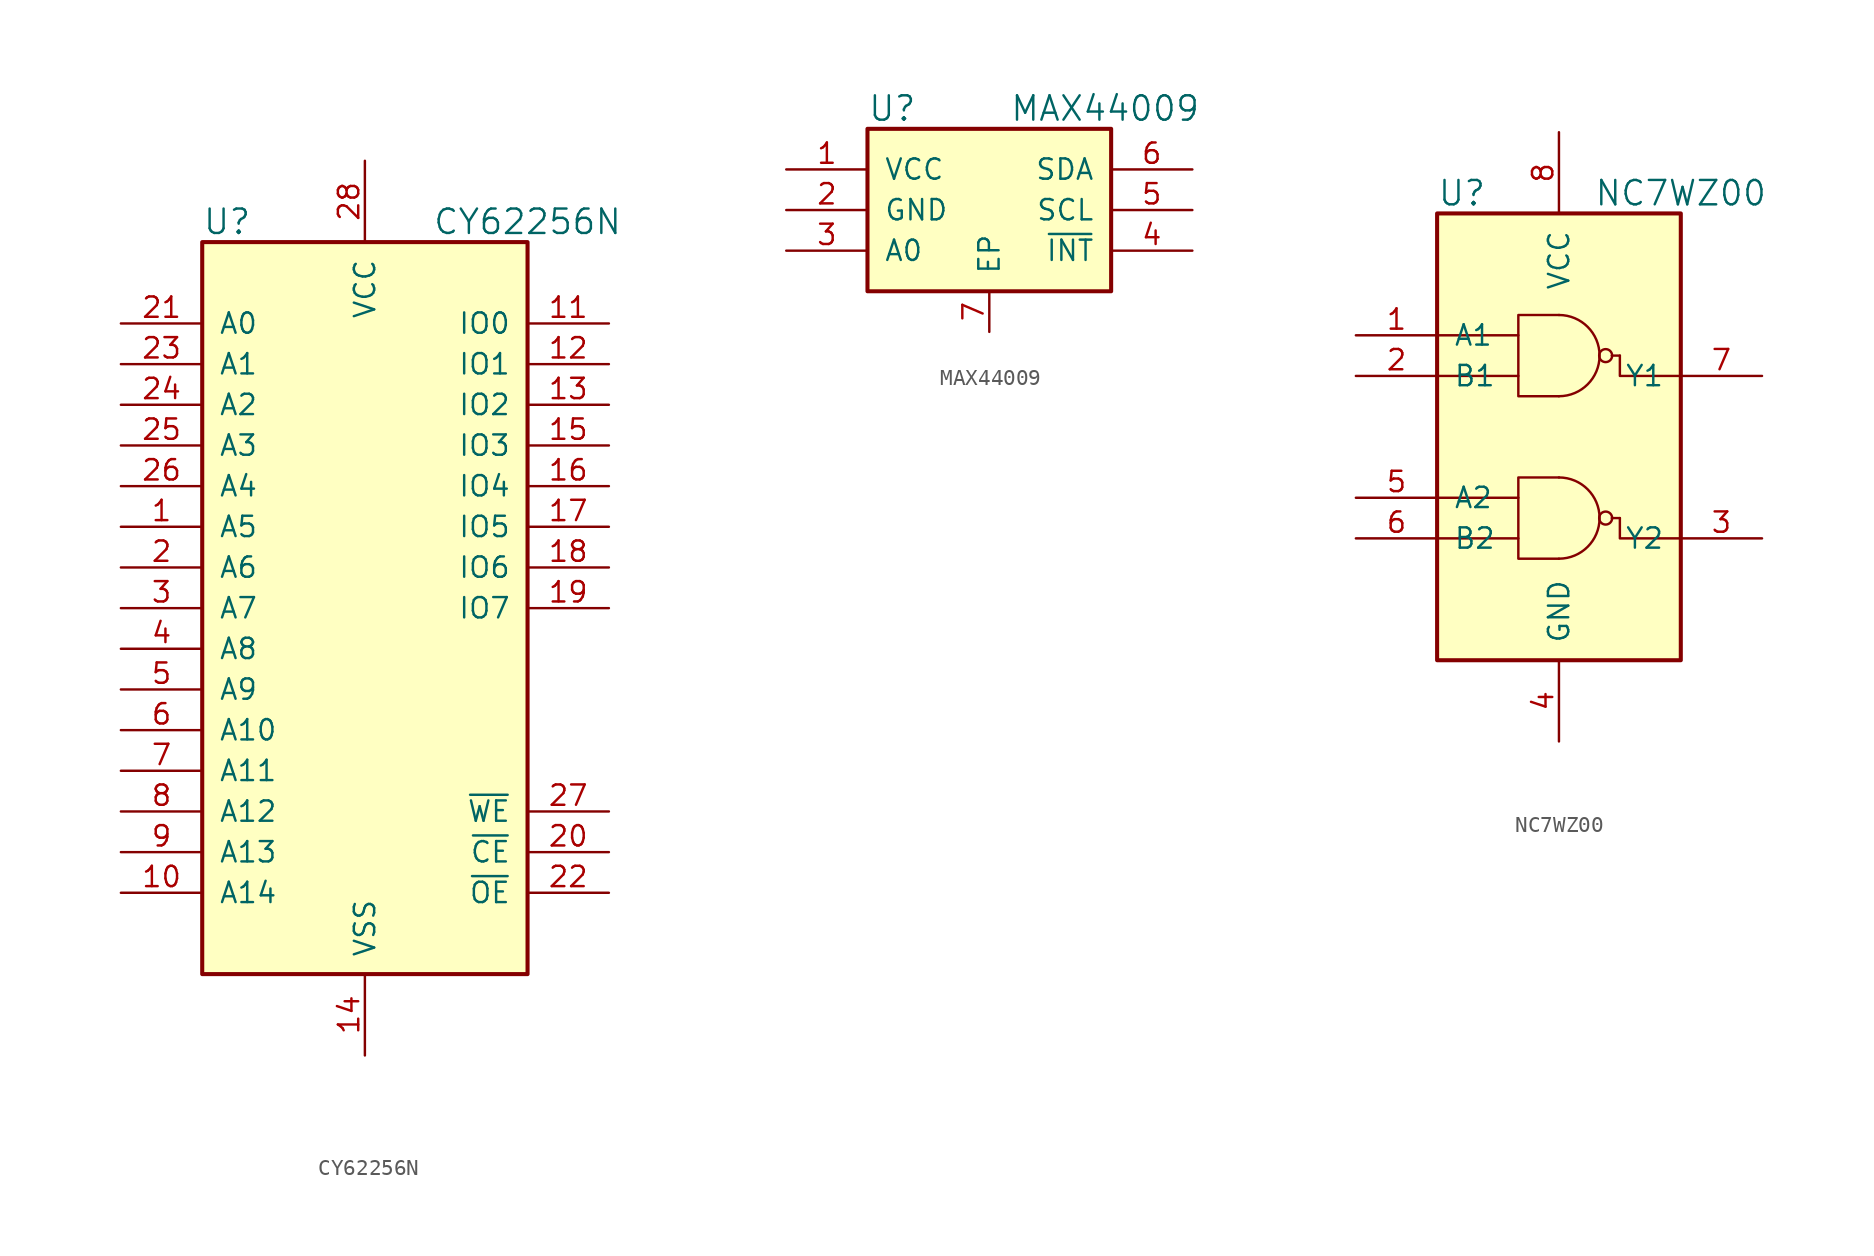
<source format=kicad_sym>
(kicad_symbol_lib
  (version 20211014)
  (generator kicad_symbol_editor)
  (symbol "CY62256N"
    (pin_names
      (offset 1.016))
    (property "Reference" "U"
      (at -10.16 24.13 0)
      (effects (font (size 1.524 1.524)) (justify left)))
    (property "Value" "CY62256N"
      (at 10.16 24.13 0)
      (effects (font (size 1.524 1.524))))
    (symbol "CY62256N_1_1"
      (rectangle (start -10.16 22.86) (end 10.16 -22.86) (stroke (width 0.254) (type default) (color 0 0 0 0)) (fill (type background)))
      (pin input line (at -15.24 5.08 0) (length 5.08) (name "A5" (effects (font (size 1.27 1.27)))) (number "1" (effects (font (size 1.27 1.27)))))
      (pin input line (at -15.24 -17.78 0) (length 5.08) (name "A14" (effects (font (size 1.27 1.27)))) (number "10" (effects (font (size 1.27 1.27)))))
      (pin bidirectional line (at 15.24 17.78 180) (length 5.08) (name "IO0" (effects (font (size 1.27 1.27)))) (number "11" (effects (font (size 1.27 1.27)))))
      (pin bidirectional line (at 15.24 15.24 180) (length 5.08) (name "IO1" (effects (font (size 1.27 1.27)))) (number "12" (effects (font (size 1.27 1.27)))))
      (pin bidirectional line (at 15.24 12.7 180) (length 5.08) (name "IO2" (effects (font (size 1.27 1.27)))) (number "13" (effects (font (size 1.27 1.27)))))
      (pin power_in line (at 0 -27.94 90) (length 5.08) (name "VSS" (effects (font (size 1.27 1.27)))) (number "14" (effects (font (size 1.27 1.27)))))
      (pin bidirectional line (at 15.24 10.16 180) (length 5.08) (name "IO3" (effects (font (size 1.27 1.27)))) (number "15" (effects (font (size 1.27 1.27)))))
      (pin bidirectional line (at 15.24 7.62 180) (length 5.08) (name "IO4" (effects (font (size 1.27 1.27)))) (number "16" (effects (font (size 1.27 1.27)))))
      (pin bidirectional line (at 15.24 5.08 180) (length 5.08) (name "IO5" (effects (font (size 1.27 1.27)))) (number "17" (effects (font (size 1.27 1.27)))))
      (pin bidirectional line (at 15.24 2.54 180) (length 5.08) (name "IO6" (effects (font (size 1.27 1.27)))) (number "18" (effects (font (size 1.27 1.27)))))
      (pin bidirectional line (at 15.24 0 180) (length 5.08) (name "IO7" (effects (font (size 1.27 1.27)))) (number "19" (effects (font (size 1.27 1.27)))))
      (pin input line (at -15.24 2.54 0) (length 5.08) (name "A6" (effects (font (size 1.27 1.27)))) (number "2" (effects (font (size 1.27 1.27)))))
      (pin input line (at 15.24 -15.24 180) (length 5.08) (name "~{CE}" (effects (font (size 1.27 1.27)))) (number "20" (effects (font (size 1.27 1.27)))))
      (pin input line (at -15.24 17.78 0) (length 5.08) (name "A0" (effects (font (size 1.27 1.27)))) (number "21" (effects (font (size 1.27 1.27)))))
      (pin input line (at 15.24 -17.78 180) (length 5.08) (name "~{OE}" (effects (font (size 1.27 1.27)))) (number "22" (effects (font (size 1.27 1.27)))))
      (pin input line (at -15.24 15.24 0) (length 5.08) (name "A1" (effects (font (size 1.27 1.27)))) (number "23" (effects (font (size 1.27 1.27)))))
      (pin input line (at -15.24 12.7 0) (length 5.08) (name "A2" (effects (font (size 1.27 1.27)))) (number "24" (effects (font (size 1.27 1.27)))))
      (pin input line (at -15.24 10.16 0) (length 5.08) (name "A3" (effects (font (size 1.27 1.27)))) (number "25" (effects (font (size 1.27 1.27)))))
      (pin input line (at -15.24 7.62 0) (length 5.08) (name "A4" (effects (font (size 1.27 1.27)))) (number "26" (effects (font (size 1.27 1.27)))))
      (pin input line (at 15.24 -12.7 180) (length 5.08) (name "~{WE}" (effects (font (size 1.27 1.27)))) (number "27" (effects (font (size 1.27 1.27)))))
      (pin power_in line (at 0 27.94 270) (length 5.08) (name "VCC" (effects (font (size 1.27 1.27)))) (number "28" (effects (font (size 1.27 1.27)))))
      (pin input line (at -15.24 0 0) (length 5.08) (name "A7" (effects (font (size 1.27 1.27)))) (number "3" (effects (font (size 1.27 1.27)))))
      (pin input line (at -15.24 -2.54 0) (length 5.08) (name "A8" (effects (font (size 1.27 1.27)))) (number "4" (effects (font (size 1.27 1.27)))))
      (pin input line (at -15.24 -5.08 0) (length 5.08) (name "A9" (effects (font (size 1.27 1.27)))) (number "5" (effects (font (size 1.27 1.27)))))
      (pin input line (at -15.24 -7.62 0) (length 5.08) (name "A10" (effects (font (size 1.27 1.27)))) (number "6" (effects (font (size 1.27 1.27)))))
      (pin input line (at -15.24 -10.16 0) (length 5.08) (name "A11" (effects (font (size 1.27 1.27)))) (number "7" (effects (font (size 1.27 1.27)))))
      (pin input line (at -15.24 -12.7 0) (length 5.08) (name "A12" (effects (font (size 1.27 1.27)))) (number "8" (effects (font (size 1.27 1.27)))))
      (pin input line (at -15.24 -15.24 0) (length 5.08) (name "A13" (effects (font (size 1.27 1.27)))) (number "9" (effects (font (size 1.27 1.27)))))))
  (symbol "MAX44009"
    (pin_names
      (offset 1.016))
    (property "Reference" "U"
      (at -7.62 6.35 0)
      (effects (font (size 1.524 1.524)) (justify left)))
    (property "Value" "MAX44009"
      (at 1.27 6.35 0)
      (effects (font (size 1.524 1.524)) (justify left)))
    (symbol "MAX44009_1_1"
      (rectangle (start -7.62 5.08) (end 7.62 -5.08) (stroke (width 0.254) (type default) (color 0 0 0 0)) (fill (type background)))
      (pin power_in line (at -12.7 2.54 0) (length 5.08) (name "VCC" (effects (font (size 1.27 1.27)))) (number "1" (effects (font (size 1.27 1.27)))))
      (pin power_in line (at -12.7 0 0) (length 5.08) (name "GND" (effects (font (size 1.27 1.27)))) (number "2" (effects (font (size 1.27 1.27)))))
      (pin input line (at -12.7 -2.54 0) (length 5.08) (name "A0" (effects (font (size 1.27 1.27)))) (number "3" (effects (font (size 1.27 1.27)))))
      (pin output line (at 12.7 -2.54 180) (length 5.08) (name "~{INT}" (effects (font (size 1.27 1.27)))) (number "4" (effects (font (size 1.27 1.27)))))
      (pin bidirectional line (at 12.7 0 180) (length 5.08) (name "SCL" (effects (font (size 1.27 1.27)))) (number "5" (effects (font (size 1.27 1.27)))))
      (pin bidirectional line (at 12.7 2.54 180) (length 5.08) (name "SDA" (effects (font (size 1.27 1.27)))) (number "6" (effects (font (size 1.27 1.27)))))
      (pin power_in line (at 0 -7.62 90) (length 2.54) (name "EP" (effects (font (size 1.27 1.27)))) (number "7" (effects (font (size 1.27 1.27)))))))
  (symbol "NC7WZ00"
    (pin_names
      (offset 1.016))
    (property "Reference" "U"
      (at -7.62 15.24 0)
      (effects (font (size 1.524 1.524)) (justify left)))
    (property "Value" "NC7WZ00"
      (at 7.62 15.24 0)
      (effects (font (size 1.524 1.524))))
    (property "Footprint" ""
      (at -12.7 6.35 0)
      (effects (font (size 1.524 1.524))))
    (property "Datasheet" ""
      (at -12.7 6.35 0)
      (effects (font (size 1.524 1.524))))
    (property "ki_locked" ""
      (at 0 0 0)
      (effects (font (size 1.27 1.27))))
    (symbol "NC7WZ00_0_1"
      (arc (start 0 -7.62) (mid 2.54 -5.08) (end 0 -2.54) (stroke (width 0) (type default) (color 0 0 0 0)) (fill (type none)))
      (polyline (pts (xy -7.62 -6.35) (xy -2.54 -6.35)) (stroke (width 0) (type default) (color 0 0 0 0)) (fill (type none)))
      (polyline (pts (xy -7.62 -3.81) (xy -2.54 -3.81)) (stroke (width 0) (type default) (color 0 0 0 0)) (fill (type none)))
      (polyline (pts (xy -7.62 3.81) (xy -2.54 3.81)) (stroke (width 0) (type default) (color 0 0 0 0)) (fill (type none)))
      (polyline (pts (xy -7.62 6.35) (xy -2.54 6.35)) (stroke (width 0) (type default) (color 0 0 0 0)) (fill (type none)))
      (polyline (pts (xy 3.81 -5.08) (xy 3.302 -5.08)) (stroke (width 0) (type default) (color 0 0 0 0)) (fill (type none)))
      (polyline (pts (xy 3.81 5.08) (xy 3.302 5.08)) (stroke (width 0) (type default) (color 0 0 0 0)) (fill (type none)))
      (polyline (pts (xy 7.62 -6.35) (xy 3.81 -6.35) (xy 3.81 -5.08)) (stroke (width 0) (type default) (color 0 0 0 0)) (fill (type none)))
      (polyline (pts (xy 7.62 3.81) (xy 3.81 3.81) (xy 3.81 5.08)) (stroke (width 0) (type default) (color 0 0 0 0)) (fill (type none)))
      (polyline (pts (xy 0 -2.54) (xy -2.54 -2.54) (xy -2.54 -7.62) (xy 0 -7.62)) (stroke (width 0) (type default) (color 0 0 0 0)) (fill (type none)))
      (polyline (pts (xy 0 7.62) (xy -2.54 7.62) (xy -2.54 2.54) (xy 0 2.54)) (stroke (width 0) (type default) (color 0 0 0 0)) (fill (type none)))
      (arc (start 0 2.54) (mid 2.54 5.08) (end 0 7.62) (stroke (width 0) (type default) (color 0 0 0 0)) (fill (type none)))
      (circle (center 2.921 -5.08) (radius 0.406) (stroke (width 0) (type default) (color 0 0 0 0)) (fill (type none)))
      (circle (center 2.921 5.08) (radius 0.406) (stroke (width 0) (type default) (color 0 0 0 0)) (fill (type none))))
    (symbol "NC7WZ00_1_1"
      (rectangle (start -7.62 13.97) (end 7.62 -13.97) (stroke (width 0.254) (type default) (color 0 0 0 0)) (fill (type background)))
      (pin input line (at -12.7 6.35 0) (length 5.08) (name "A1" (effects (font (size 1.27 1.27)))) (number "1" (effects (font (size 1.27 1.27)))))
      (pin input line (at -12.7 3.81 0) (length 5.08) (name "B1" (effects (font (size 1.27 1.27)))) (number "2" (effects (font (size 1.27 1.27)))))
      (pin output line (at 12.7 -6.35 180) (length 5.08) (name "Y2" (effects (font (size 1.27 1.27)))) (number "3" (effects (font (size 1.27 1.27)))))
      (pin power_in line (at 0 -19.05 90) (length 5.08) (name "GND" (effects (font (size 1.27 1.27)))) (number "4" (effects (font (size 1.27 1.27)))))
      (pin input line (at -12.7 -3.81 0) (length 5.08) (name "A2" (effects (font (size 1.27 1.27)))) (number "5" (effects (font (size 1.27 1.27)))))
      (pin input line (at -12.7 -6.35 0) (length 5.08) (name "B2" (effects (font (size 1.27 1.27)))) (number "6" (effects (font (size 1.27 1.27)))))
      (pin output line (at 12.7 3.81 180) (length 5.08) (name "Y1" (effects (font (size 1.27 1.27)))) (number "7" (effects (font (size 1.27 1.27)))))
      (pin power_in line (at 0 19.05 270) (length 5.08) (name "VCC" (effects (font (size 1.27 1.27)))) (number "8" (effects (font (size 1.27 1.27))))))))
</source>
